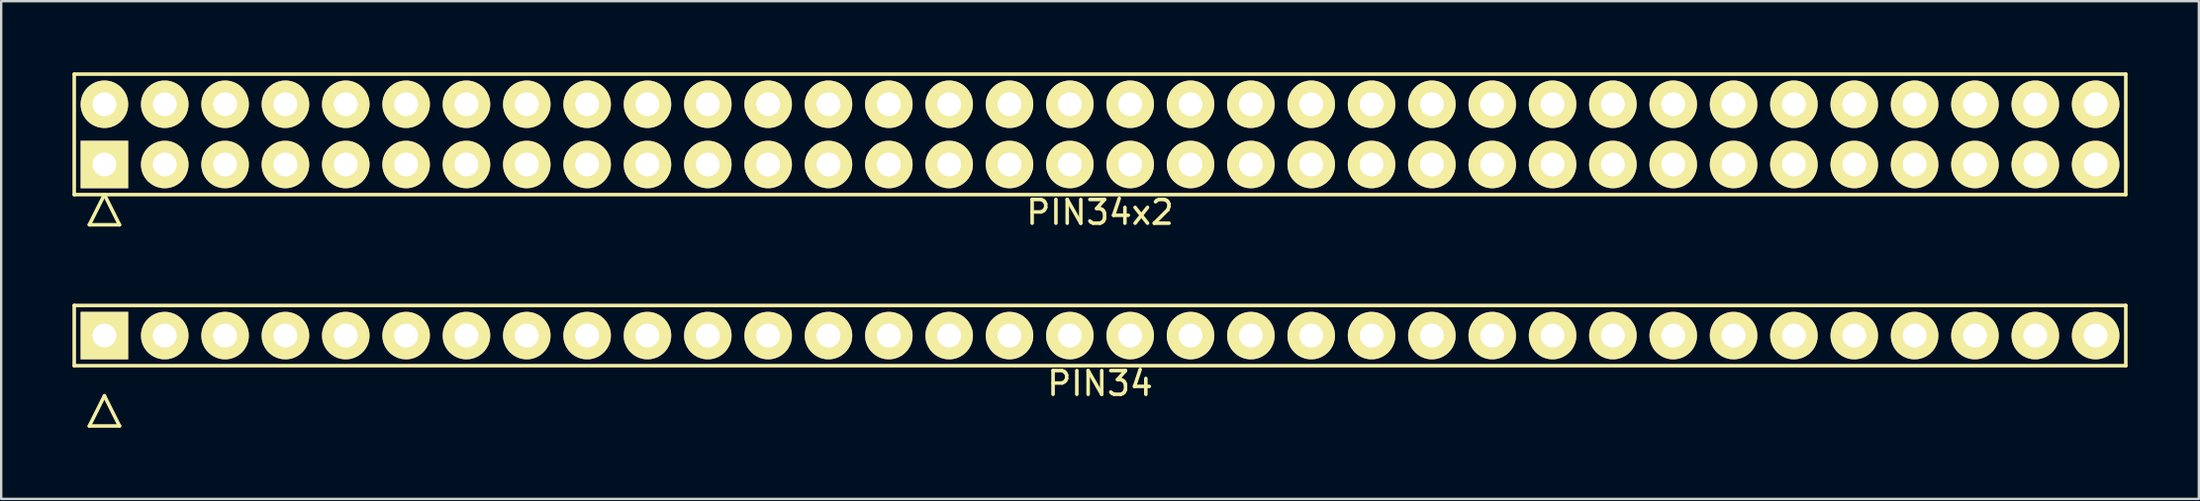
<source format=kicad_pcb>
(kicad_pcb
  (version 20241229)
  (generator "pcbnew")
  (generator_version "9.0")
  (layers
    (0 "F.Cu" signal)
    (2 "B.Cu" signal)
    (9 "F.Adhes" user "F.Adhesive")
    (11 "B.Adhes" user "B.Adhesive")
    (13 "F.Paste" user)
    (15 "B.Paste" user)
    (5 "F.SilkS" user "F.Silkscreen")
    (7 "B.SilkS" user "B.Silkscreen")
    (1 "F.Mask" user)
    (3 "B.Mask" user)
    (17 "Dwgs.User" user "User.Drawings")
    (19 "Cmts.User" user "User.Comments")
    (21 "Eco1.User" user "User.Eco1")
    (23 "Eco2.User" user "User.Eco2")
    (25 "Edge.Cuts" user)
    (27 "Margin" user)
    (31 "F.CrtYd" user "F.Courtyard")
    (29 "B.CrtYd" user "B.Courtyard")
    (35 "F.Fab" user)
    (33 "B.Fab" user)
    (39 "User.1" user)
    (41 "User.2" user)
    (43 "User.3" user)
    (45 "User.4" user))
  (footprint "PIN34"
    (layer "F.Cu")
    (at 43.255 11.098)
    (property "Reference" "PIN34" (at 0 2.02 0) (layer "F.SilkS") (effects (font (size 1 1) (thickness 0.15))))
    (attr through_hole)
    (fp_line (start -43.18 -1.27) (end -43.18 1.27) (stroke (width 0.15) (type solid)) (layer "F.SilkS"))
    (fp_line (start -43.18 1.27) (end 43.18 1.27) (stroke (width 0.15) (type solid)) (layer "F.SilkS"))
    (fp_line (start -42.545 3.81) (end -41.91 2.54) (stroke (width 0.15) (type solid)) (layer "F.SilkS"))
    (fp_line (start -42.545 3.81) (end -41.275 3.81) (stroke (width 0.15) (type solid)) (layer "F.SilkS"))
    (fp_line (start -41.275 3.81) (end -41.91 2.54) (stroke (width 0.15) (type solid)) (layer "F.SilkS"))
    (fp_line (start 43.18 -1.27) (end -43.18 -1.27) (stroke (width 0.15) (type solid)) (layer "F.SilkS"))
    (fp_line (start 43.18 1.27) (end 43.18 -1.27) (stroke (width 0.15) (type solid)) (layer "F.SilkS"))
    (pad "1" thru_hole rect (at -41.91 0) (size 2 2) (drill 1) (layers "*.Cu" "*.Mask" "F.SilkS"))
    (pad "2" thru_hole circle (at -39.37 0) (size 2 2) (drill 1) (layers "*.Cu" "*.Mask" "F.SilkS"))
    (pad "3" thru_hole circle (at -36.83 0) (size 2 2) (drill 1) (layers "*.Cu" "*.Mask" "F.SilkS"))
    (pad "4" thru_hole circle (at -34.29 0) (size 2 2) (drill 1) (layers "*.Cu" "*.Mask" "F.SilkS"))
    (pad "5" thru_hole circle (at -31.75 0) (size 2 2) (drill 1) (layers "*.Cu" "*.Mask" "F.SilkS"))
    (pad "6" thru_hole circle (at -29.21 0) (size 2 2) (drill 1) (layers "*.Cu" "*.Mask" "F.SilkS"))
    (pad "7" thru_hole circle (at -26.67 0) (size 2 2) (drill 1) (layers "*.Cu" "*.Mask" "F.SilkS"))
    (pad "8" thru_hole circle (at -24.13 0) (size 2 2) (drill 1) (layers "*.Cu" "*.Mask" "F.SilkS"))
    (pad "9" thru_hole circle (at -21.59 0) (size 2 2) (drill 1) (layers "*.Cu" "*.Mask" "F.SilkS"))
    (pad "10" thru_hole circle (at -19.05 0) (size 2 2) (drill 1) (layers "*.Cu" "*.Mask" "F.SilkS"))
    (pad "11" thru_hole circle (at -16.51 0) (size 2 2) (drill 1) (layers "*.Cu" "*.Mask" "F.SilkS"))
    (pad "12" thru_hole circle (at -13.97 0) (size 2 2) (drill 1) (layers "*.Cu" "*.Mask" "F.SilkS"))
    (pad "13" thru_hole circle (at -11.43 0) (size 2 2) (drill 1) (layers "*.Cu" "*.Mask" "F.SilkS"))
    (pad "14" thru_hole circle (at -8.89 0) (size 2 2) (drill 1) (layers "*.Cu" "*.Mask" "F.SilkS"))
    (pad "15" thru_hole circle (at -6.35 0) (size 2 2) (drill 1) (layers "*.Cu" "*.Mask" "F.SilkS"))
    (pad "16" thru_hole circle (at -3.81 0) (size 2 2) (drill 1) (layers "*.Cu" "*.Mask" "F.SilkS"))
    (pad "17" thru_hole circle (at -1.27 0) (size 2 2) (drill 1) (layers "*.Cu" "*.Mask" "F.SilkS"))
    (pad "18" thru_hole circle (at 1.27 0) (size 2 2) (drill 1) (layers "*.Cu" "*.Mask" "F.SilkS"))
    (pad "19" thru_hole circle (at 3.81 0) (size 2 2) (drill 1) (layers "*.Cu" "*.Mask" "F.SilkS"))
    (pad "20" thru_hole circle (at 6.35 0) (size 2 2) (drill 1) (layers "*.Cu" "*.Mask" "F.SilkS"))
    (pad "21" thru_hole circle (at 8.89 0) (size 2 2) (drill 1) (layers "*.Cu" "*.Mask" "F.SilkS"))
    (pad "22" thru_hole circle (at 11.43 0) (size 2 2) (drill 1) (layers "*.Cu" "*.Mask" "F.SilkS"))
    (pad "23" thru_hole circle (at 13.97 0) (size 2 2) (drill 1) (layers "*.Cu" "*.Mask" "F.SilkS"))
    (pad "24" thru_hole circle (at 16.51 0) (size 2 2) (drill 1) (layers "*.Cu" "*.Mask" "F.SilkS"))
    (pad "25" thru_hole circle (at 19.05 0) (size 2 2) (drill 1) (layers "*.Cu" "*.Mask" "F.SilkS"))
    (pad "26" thru_hole circle (at 21.59 0) (size 2 2) (drill 1) (layers "*.Cu" "*.Mask" "F.SilkS"))
    (pad "27" thru_hole circle (at 24.13 0) (size 2 2) (drill 1) (layers "*.Cu" "*.Mask" "F.SilkS"))
    (pad "28" thru_hole circle (at 26.67 0) (size 2 2) (drill 1) (layers "*.Cu" "*.Mask" "F.SilkS"))
    (pad "29" thru_hole circle (at 29.21 0) (size 2 2) (drill 1) (layers "*.Cu" "*.Mask" "F.SilkS"))
    (pad "30" thru_hole circle (at 31.75 0) (size 2 2) (drill 1) (layers "*.Cu" "*.Mask" "F.SilkS"))
    (pad "31" thru_hole circle (at 34.29 0) (size 2 2) (drill 1) (layers "*.Cu" "*.Mask" "F.SilkS"))
    (pad "32" thru_hole circle (at 36.83 0) (size 2 2) (drill 1) (layers "*.Cu" "*.Mask" "F.SilkS"))
    (pad "33" thru_hole circle (at 39.37 0) (size 2 2) (drill 1) (layers "*.Cu" "*.Mask" "F.SilkS"))
    (pad "34" thru_hole circle (at 41.91 0) (size 2 2) (drill 1) (layers "*.Cu" "*.Mask" "F.SilkS")))
  (footprint "PIN34x2"
    (layer "F.Cu")
    (at 43.255 2.615)
    (property "Reference" "PIN34x2" (at 0 3.29 0) (layer "F.SilkS") (effects (font (size 1 1) (thickness 0.15))))
    (attr through_hole)
    (fp_line (start -43.18 -2.54) (end -43.18 2.54) (stroke (width 0.15) (type solid)) (layer "F.SilkS"))
    (fp_line (start -43.18 2.54) (end 43.18 2.54) (stroke (width 0.15) (type solid)) (layer "F.SilkS"))
    (fp_line (start -42.545 3.81) (end -41.91 2.54) (stroke (width 0.15) (type solid)) (layer "F.SilkS"))
    (fp_line (start -42.545 3.81) (end -41.275 3.81) (stroke (width 0.15) (type solid)) (layer "F.SilkS"))
    (fp_line (start -41.275 3.81) (end -41.91 2.54) (stroke (width 0.15) (type solid)) (layer "F.SilkS"))
    (fp_line (start 43.18 -2.54) (end -43.18 -2.54) (stroke (width 0.15) (type solid)) (layer "F.SilkS"))
    (fp_line (start 43.18 2.54) (end 43.18 -2.54) (stroke (width 0.15) (type solid)) (layer "F.SilkS"))
    (pad "1" thru_hole rect (at -41.91 1.27) (size 2 2) (drill 1) (layers "*.Cu" "*.Mask" "F.SilkS"))
    (pad "2" thru_hole circle (at -41.91 -1.27) (size 2 2) (drill 1) (layers "*.Cu" "*.Mask" "F.SilkS"))
    (pad "3" thru_hole circle (at -39.37 1.27) (size 2 2) (drill 1) (layers "*.Cu" "*.Mask" "F.SilkS"))
    (pad "4" thru_hole circle (at -39.37 -1.27) (size 2 2) (drill 1) (layers "*.Cu" "*.Mask" "F.SilkS"))
    (pad "5" thru_hole circle (at -36.83 1.27) (size 2 2) (drill 1) (layers "*.Cu" "*.Mask" "F.SilkS"))
    (pad "6" thru_hole circle (at -36.83 -1.27) (size 2 2) (drill 1) (layers "*.Cu" "*.Mask" "F.SilkS"))
    (pad "7" thru_hole circle (at -34.29 1.27) (size 2 2) (drill 1) (layers "*.Cu" "*.Mask" "F.SilkS"))
    (pad "8" thru_hole circle (at -34.29 -1.27) (size 2 2) (drill 1) (layers "*.Cu" "*.Mask" "F.SilkS"))
    (pad "9" thru_hole circle (at -31.75 1.27) (size 2 2) (drill 1) (layers "*.Cu" "*.Mask" "F.SilkS"))
    (pad "10" thru_hole circle (at -31.75 -1.27) (size 2 2) (drill 1) (layers "*.Cu" "*.Mask" "F.SilkS"))
    (pad "11" thru_hole circle (at -29.21 1.27) (size 2 2) (drill 1) (layers "*.Cu" "*.Mask" "F.SilkS"))
    (pad "12" thru_hole circle (at -29.21 -1.27) (size 2 2) (drill 1) (layers "*.Cu" "*.Mask" "F.SilkS"))
    (pad "13" thru_hole circle (at -26.67 1.27) (size 2 2) (drill 1) (layers "*.Cu" "*.Mask" "F.SilkS"))
    (pad "14" thru_hole circle (at -26.67 -1.27) (size 2 2) (drill 1) (layers "*.Cu" "*.Mask" "F.SilkS"))
    (pad "15" thru_hole circle (at -24.13 1.27) (size 2 2) (drill 1) (layers "*.Cu" "*.Mask" "F.SilkS"))
    (pad "16" thru_hole circle (at -24.13 -1.27) (size 2 2) (drill 1) (layers "*.Cu" "*.Mask" "F.SilkS"))
    (pad "17" thru_hole circle (at -21.59 1.27) (size 2 2) (drill 1) (layers "*.Cu" "*.Mask" "F.SilkS"))
    (pad "18" thru_hole circle (at -21.59 -1.27) (size 2 2) (drill 1) (layers "*.Cu" "*.Mask" "F.SilkS"))
    (pad "19" thru_hole circle (at -19.05 1.27) (size 2 2) (drill 1) (layers "*.Cu" "*.Mask" "F.SilkS"))
    (pad "20" thru_hole circle (at -19.05 -1.27) (size 2 2) (drill 1) (layers "*.Cu" "*.Mask" "F.SilkS"))
    (pad "21" thru_hole circle (at -16.51 1.27) (size 2 2) (drill 1) (layers "*.Cu" "*.Mask" "F.SilkS"))
    (pad "22" thru_hole circle (at -16.51 -1.27) (size 2 2) (drill 1) (layers "*.Cu" "*.Mask" "F.SilkS"))
    (pad "23" thru_hole circle (at -13.97 1.27) (size 2 2) (drill 1) (layers "*.Cu" "*.Mask" "F.SilkS"))
    (pad "24" thru_hole circle (at -13.97 -1.27) (size 2 2) (drill 1) (layers "*.Cu" "*.Mask" "F.SilkS"))
    (pad "25" thru_hole circle (at -11.43 1.27) (size 2 2) (drill 1) (layers "*.Cu" "*.Mask" "F.SilkS"))
    (pad "26" thru_hole circle (at -11.43 -1.27) (size 2 2) (drill 1) (layers "*.Cu" "*.Mask" "F.SilkS"))
    (pad "27" thru_hole circle (at -8.89 1.27) (size 2 2) (drill 1) (layers "*.Cu" "*.Mask" "F.SilkS"))
    (pad "28" thru_hole circle (at -8.89 -1.27) (size 2 2) (drill 1) (layers "*.Cu" "*.Mask" "F.SilkS"))
    (pad "29" thru_hole circle (at -6.35 1.27) (size 2 2) (drill 1) (layers "*.Cu" "*.Mask" "F.SilkS"))
    (pad "30" thru_hole circle (at -6.35 -1.27) (size 2 2) (drill 1) (layers "*.Cu" "*.Mask" "F.SilkS"))
    (pad "31" thru_hole circle (at -3.81 1.27) (size 2 2) (drill 1) (layers "*.Cu" "*.Mask" "F.SilkS"))
    (pad "32" thru_hole circle (at -3.81 -1.27) (size 2 2) (drill 1) (layers "*.Cu" "*.Mask" "F.SilkS"))
    (pad "33" thru_hole circle (at -1.27 1.27) (size 2 2) (drill 1) (layers "*.Cu" "*.Mask" "F.SilkS"))
    (pad "34" thru_hole circle (at -1.27 -1.27) (size 2 2) (drill 1) (layers "*.Cu" "*.Mask" "F.SilkS"))
    (pad "35" thru_hole circle (at 1.27 1.27) (size 2 2) (drill 1) (layers "*.Cu" "*.Mask" "F.SilkS"))
    (pad "36" thru_hole circle (at 1.27 -1.27) (size 2 2) (drill 1) (layers "*.Cu" "*.Mask" "F.SilkS"))
    (pad "37" thru_hole circle (at 3.81 1.27) (size 2 2) (drill 1) (layers "*.Cu" "*.Mask" "F.SilkS"))
    (pad "38" thru_hole circle (at 3.81 -1.27) (size 2 2) (drill 1) (layers "*.Cu" "*.Mask" "F.SilkS"))
    (pad "39" thru_hole circle (at 6.35 1.27) (size 2 2) (drill 1) (layers "*.Cu" "*.Mask" "F.SilkS"))
    (pad "40" thru_hole circle (at 6.35 -1.27) (size 2 2) (drill 1) (layers "*.Cu" "*.Mask" "F.SilkS"))
    (pad "41" thru_hole circle (at 8.89 1.27) (size 2 2) (drill 1) (layers "*.Cu" "*.Mask" "F.SilkS"))
    (pad "42" thru_hole circle (at 8.89 -1.27) (size 2 2) (drill 1) (layers "*.Cu" "*.Mask" "F.SilkS"))
    (pad "43" thru_hole circle (at 11.43 1.27) (size 2 2) (drill 1) (layers "*.Cu" "*.Mask" "F.SilkS"))
    (pad "44" thru_hole circle (at 11.43 -1.27) (size 2 2) (drill 1) (layers "*.Cu" "*.Mask" "F.SilkS"))
    (pad "45" thru_hole circle (at 13.97 1.27) (size 2 2) (drill 1) (layers "*.Cu" "*.Mask" "F.SilkS"))
    (pad "46" thru_hole circle (at 13.97 -1.27) (size 2 2) (drill 1) (layers "*.Cu" "*.Mask" "F.SilkS"))
    (pad "47" thru_hole circle (at 16.51 1.27) (size 2 2) (drill 1) (layers "*.Cu" "*.Mask" "F.SilkS"))
    (pad "48" thru_hole circle (at 16.51 -1.27) (size 2 2) (drill 1) (layers "*.Cu" "*.Mask" "F.SilkS"))
    (pad "49" thru_hole circle (at 19.05 1.27) (size 2 2) (drill 1) (layers "*.Cu" "*.Mask" "F.SilkS"))
    (pad "50" thru_hole circle (at 19.05 -1.27) (size 2 2) (drill 1) (layers "*.Cu" "*.Mask" "F.SilkS"))
    (pad "51" thru_hole circle (at 21.59 1.27) (size 2 2) (drill 1) (layers "*.Cu" "*.Mask" "F.SilkS"))
    (pad "52" thru_hole circle (at 21.59 -1.27) (size 2 2) (drill 1) (layers "*.Cu" "*.Mask" "F.SilkS"))
    (pad "53" thru_hole circle (at 24.13 1.27) (size 2 2) (drill 1) (layers "*.Cu" "*.Mask" "F.SilkS"))
    (pad "54" thru_hole circle (at 24.13 -1.27) (size 2 2) (drill 1) (layers "*.Cu" "*.Mask" "F.SilkS"))
    (pad "55" thru_hole circle (at 26.67 1.27) (size 2 2) (drill 1) (layers "*.Cu" "*.Mask" "F.SilkS"))
    (pad "56" thru_hole circle (at 26.67 -1.27) (size 2 2) (drill 1) (layers "*.Cu" "*.Mask" "F.SilkS"))
    (pad "57" thru_hole circle (at 29.21 1.27) (size 2 2) (drill 1) (layers "*.Cu" "*.Mask" "F.SilkS"))
    (pad "58" thru_hole circle (at 29.21 -1.27) (size 2 2) (drill 1) (layers "*.Cu" "*.Mask" "F.SilkS"))
    (pad "59" thru_hole circle (at 31.75 1.27) (size 2 2) (drill 1) (layers "*.Cu" "*.Mask" "F.SilkS"))
    (pad "60" thru_hole circle (at 31.75 -1.27) (size 2 2) (drill 1) (layers "*.Cu" "*.Mask" "F.SilkS"))
    (pad "61" thru_hole circle (at 34.29 1.27) (size 2 2) (drill 1) (layers "*.Cu" "*.Mask" "F.SilkS"))
    (pad "62" thru_hole circle (at 34.29 -1.27) (size 2 2) (drill 1) (layers "*.Cu" "*.Mask" "F.SilkS"))
    (pad "63" thru_hole circle (at 36.83 1.27) (size 2 2) (drill 1) (layers "*.Cu" "*.Mask" "F.SilkS"))
    (pad "64" thru_hole circle (at 36.83 -1.27) (size 2 2) (drill 1) (layers "*.Cu" "*.Mask" "F.SilkS"))
    (pad "65" thru_hole circle (at 39.37 1.27) (size 2 2) (drill 1) (layers "*.Cu" "*.Mask" "F.SilkS"))
    (pad "66" thru_hole circle (at 39.37 -1.27) (size 2 2) (drill 1) (layers "*.Cu" "*.Mask" "F.SilkS"))
    (pad "67" thru_hole circle (at 41.91 1.27) (size 2 2) (drill 1) (layers "*.Cu" "*.Mask" "F.SilkS"))
    (pad "68" thru_hole circle (at 41.91 -1.27) (size 2 2) (drill 1) (layers "*.Cu" "*.Mask" "F.SilkS")))
  (gr_rect
    (start -3 -3)
    (end 89.51 17.983)
    (stroke (width 0.1) (type default))
    (fill no)
    (layer "Edge.Cuts")))
</source>
